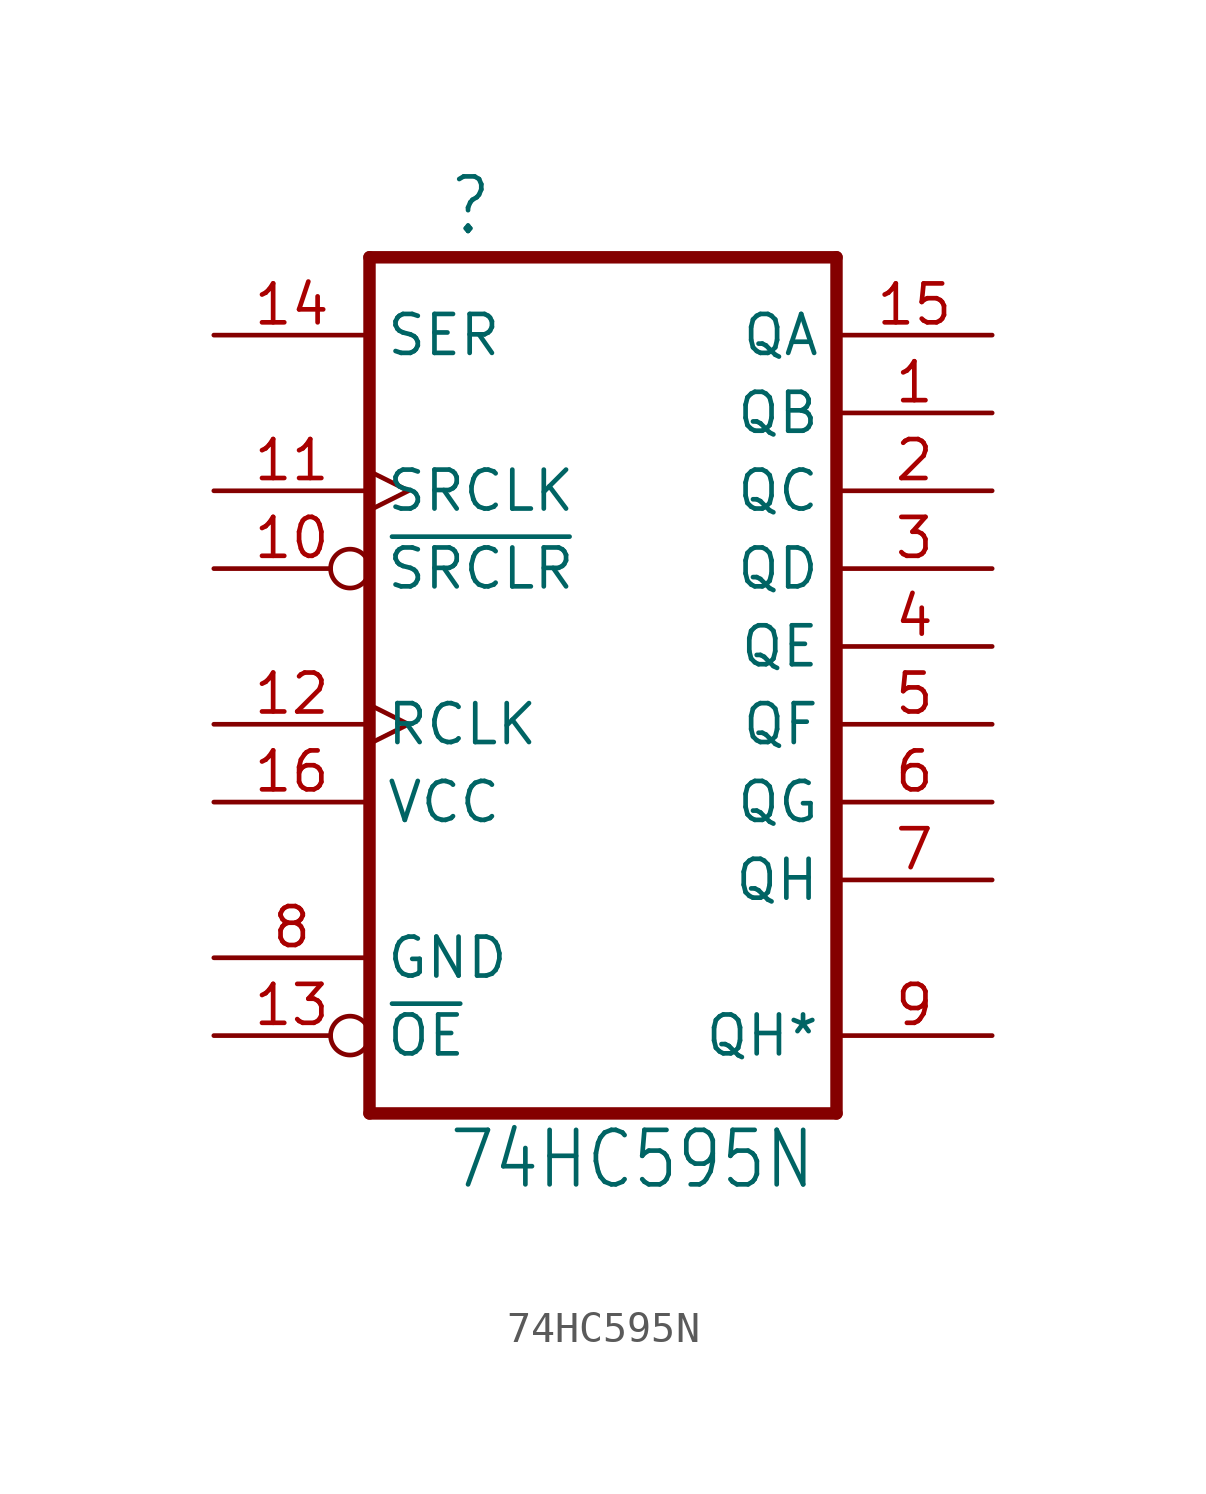
<source format=kicad_sym>
(kicad_symbol_lib
  (version 20211014)
  (generator kicad_symbol_editor)
  (symbol "74HC595N"
    (property "Reference" ""
      (at -7.62 15.875 0)
      (effects (font (size 1.778 1.511)) (justify left bottom)))
    (property "Value" "74HC595N"
      (at -7.62 -15.24 0)
      (effects (font (size 1.778 1.511)) (justify left bottom)))
    (property "ki_locked" ""
      (at 0 0 0)
      (effects (font (size 1.27 1.27))))
    (symbol "74HC595N_1_0"
      (polyline (pts (xy -10.16 -12.7) (xy 5.08 -12.7)) (stroke (width 0.406) (type default) (color 0 0 0 0)) (fill (type none)))
      (polyline (pts (xy -10.16 15.24) (xy -10.16 -12.7)) (stroke (width 0.406) (type default) (color 0 0 0 0)) (fill (type none)))
      (polyline (pts (xy 5.08 -12.7) (xy 5.08 15.24)) (stroke (width 0.406) (type default) (color 0 0 0 0)) (fill (type none)))
      (polyline (pts (xy 5.08 15.24) (xy -10.16 15.24)) (stroke (width 0.406) (type default) (color 0 0 0 0)) (fill (type none)))
      (pin tri_state line (at 10.16 10.16 180) (length 5.08) (name "QB" (effects (font (size 1.27 1.27)))) (number "1" (effects (font (size 1.27 1.27)))))
      (pin input inverted (at -15.24 5.08 0) (length 5.08) (name "~{SRCLR}" (effects (font (size 1.27 1.27)))) (number "10" (effects (font (size 1.27 1.27)))))
      (pin input clock (at -15.24 7.62 0) (length 5.08) (name "SRCLK" (effects (font (size 1.27 1.27)))) (number "11" (effects (font (size 1.27 1.27)))))
      (pin input clock (at -15.24 0 0) (length 5.08) (name "RCLK" (effects (font (size 1.27 1.27)))) (number "12" (effects (font (size 1.27 1.27)))))
      (pin input inverted (at -15.24 -10.16 0) (length 5.08) (name "~{OE}" (effects (font (size 1.27 1.27)))) (number "13" (effects (font (size 1.27 1.27)))))
      (pin input line (at -15.24 12.7 0) (length 5.08) (name "SER" (effects (font (size 1.27 1.27)))) (number "14" (effects (font (size 1.27 1.27)))))
      (pin tri_state line (at 10.16 12.7 180) (length 5.08) (name "QA" (effects (font (size 1.27 1.27)))) (number "15" (effects (font (size 1.27 1.27)))))
      (pin power_in line (at -15.24 -2.54 0) (length 5.08) (name "VCC" (effects (font (size 1.27 1.27)))) (number "16" (effects (font (size 1.27 1.27)))))
      (pin tri_state line (at 10.16 7.62 180) (length 5.08) (name "QC" (effects (font (size 1.27 1.27)))) (number "2" (effects (font (size 1.27 1.27)))))
      (pin tri_state line (at 10.16 5.08 180) (length 5.08) (name "QD" (effects (font (size 1.27 1.27)))) (number "3" (effects (font (size 1.27 1.27)))))
      (pin tri_state line (at 10.16 2.54 180) (length 5.08) (name "QE" (effects (font (size 1.27 1.27)))) (number "4" (effects (font (size 1.27 1.27)))))
      (pin tri_state line (at 10.16 0 180) (length 5.08) (name "QF" (effects (font (size 1.27 1.27)))) (number "5" (effects (font (size 1.27 1.27)))))
      (pin tri_state line (at 10.16 -2.54 180) (length 5.08) (name "QG" (effects (font (size 1.27 1.27)))) (number "6" (effects (font (size 1.27 1.27)))))
      (pin tri_state line (at 10.16 -5.08 180) (length 5.08) (name "QH" (effects (font (size 1.27 1.27)))) (number "7" (effects (font (size 1.27 1.27)))))
      (pin power_in line (at -15.24 -7.62 0) (length 5.08) (name "GND" (effects (font (size 1.27 1.27)))) (number "8" (effects (font (size 1.27 1.27)))))
      (pin tri_state line (at 10.16 -10.16 180) (length 5.08) (name "QH*" (effects (font (size 1.27 1.27)))) (number "9" (effects (font (size 1.27 1.27))))))))
</source>
